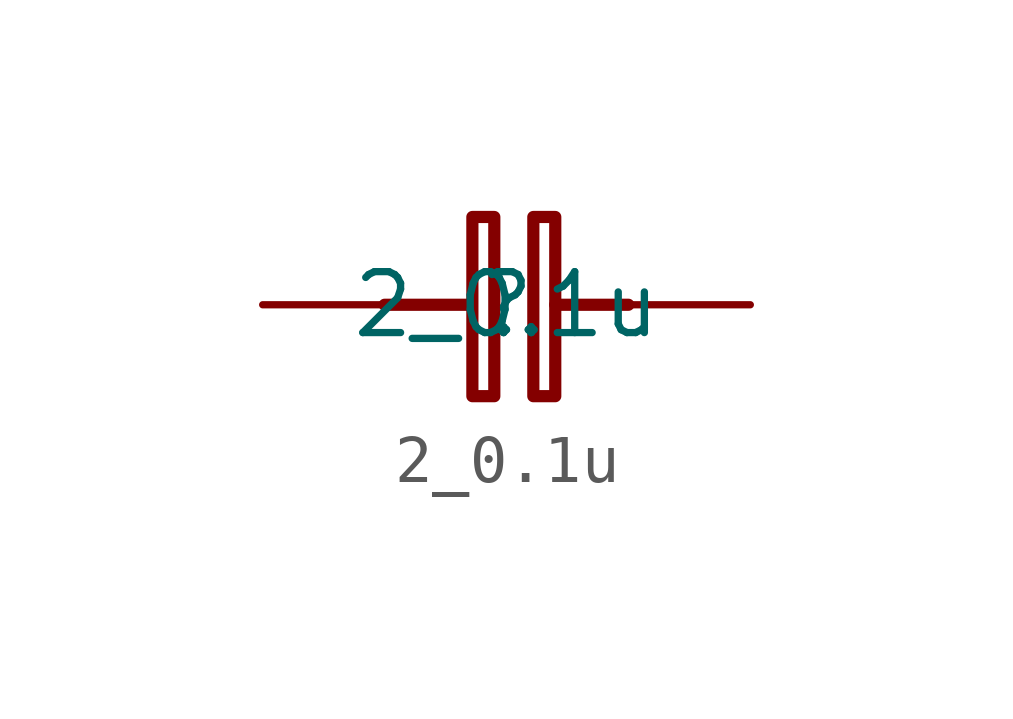
<source format=kicad_sym>
(kicad_symbol_lib
  (version 20211014)
  (generator kicad_symbol_editor)
  (symbol "2_0.1u"
    (property "Reference" ""
      (at 0 0 0)
      (effects (font (size 1.27 1.27))))
    (property "Value" "2_0.1u"
      (at 0 0 0)
      (effects (font (size 1.27 1.27))))
    (symbol "2_0.1u_1_0"
      (rectangle (start -0.254 1.829) (end -0.711 -1.905) (stroke (width 0.254) (type default) (color 0 0 0 0)) (fill (type none)))
      (polyline (pts (xy -2.54 0) (xy -0.762 0)) (stroke (width 0.254) (type default) (color 0 0 0 0)) (fill (type none)))
      (polyline (pts (xy 2.54 0) (xy 1.016 0)) (stroke (width 0.254) (type default) (color 0 0 0 0)) (fill (type none)))
      (rectangle (start 1.016 1.829) (end 0.559 -1.905) (stroke (width 0.254) (type default) (color 0 0 0 0)) (fill (type none)))
      (pin passive line (at 5.08 0 180) (length 2.54) (name "1" (effects (font (size 0 0)))) (number "1" (effects (font (size 0 0)))))
      (pin passive line (at -5.08 0 0) (length 2.54) (name "2" (effects (font (size 0 0)))) (number "2" (effects (font (size 0 0))))))))
</source>
